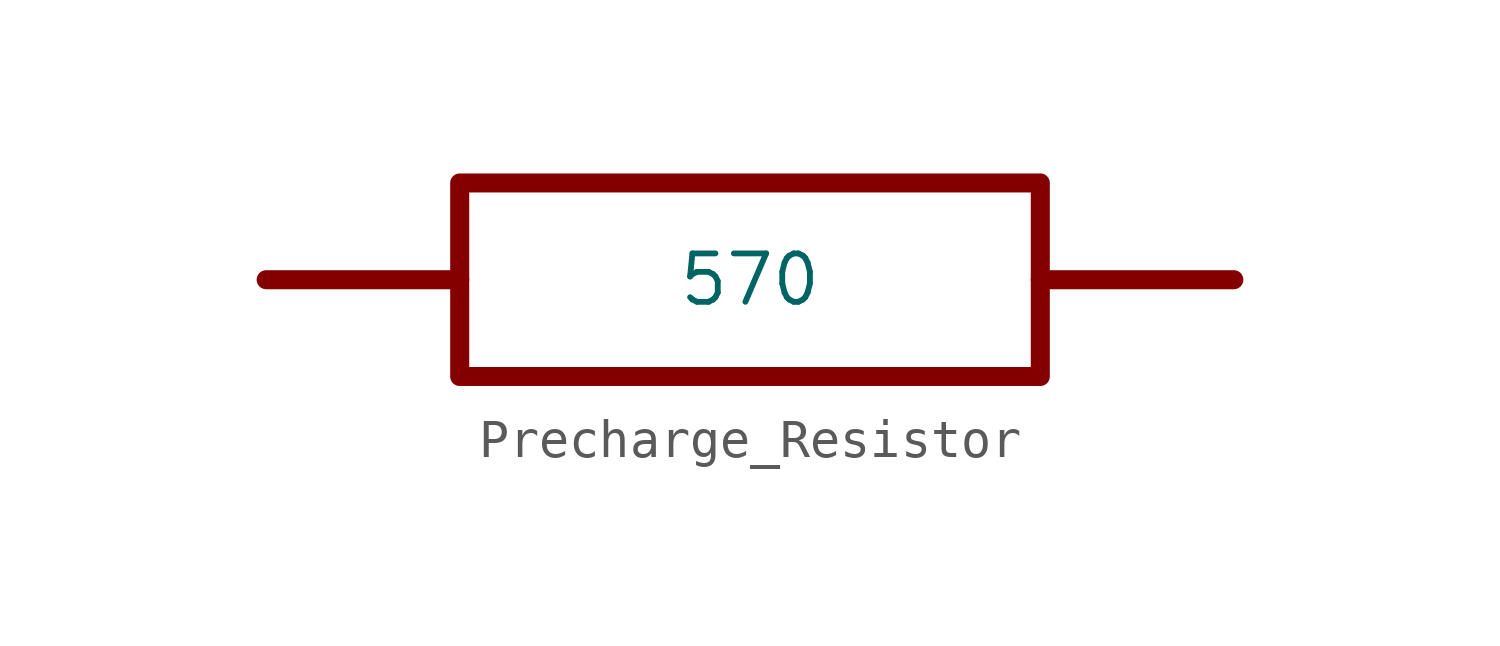
<source format=kicad_sym>
(kicad_symbol_lib
  (version 20241209)
  (generator "kicad_symbol_editor")
  (generator_version "9.0")
  (symbol "Precharge_Resistor"
    (property "Reference" "U"
      (at 0 0 0)
      (effects (font (size 1.27 1.27)) (hide yes)))
    (property "Value" "570"
      (at 0 0 0)
      (effects (font (size 1.27 1.27))))
    (symbol "Precharge_Resistor_1_1"
      (polyline (pts (xy -12.7 0) (xy -7.62 0)) (stroke (width 0.5) (type solid)) (fill (type none)))
      (rectangle (start -7.62 2.54) (end 7.62 -2.54) (stroke (width 0.5) (type solid)) (fill (type none)))
      (polyline (pts (xy 7.62 0) (xy 12.7 0)) (stroke (width 0.5) (type solid)) (fill (type none)))
      (pin passive line (at -12.7 0 0) (length 2.54) (name "" (effects (font (size 1.27 1.27)))) (number "" (effects (font (size 1.27 1.27)))))
      (pin passive line (at 12.7 0 180) (length 2.54) (name "" (effects (font (size 1.27 1.27)))) (number "" (effects (font (size 1.27 1.27))))))))
</source>
